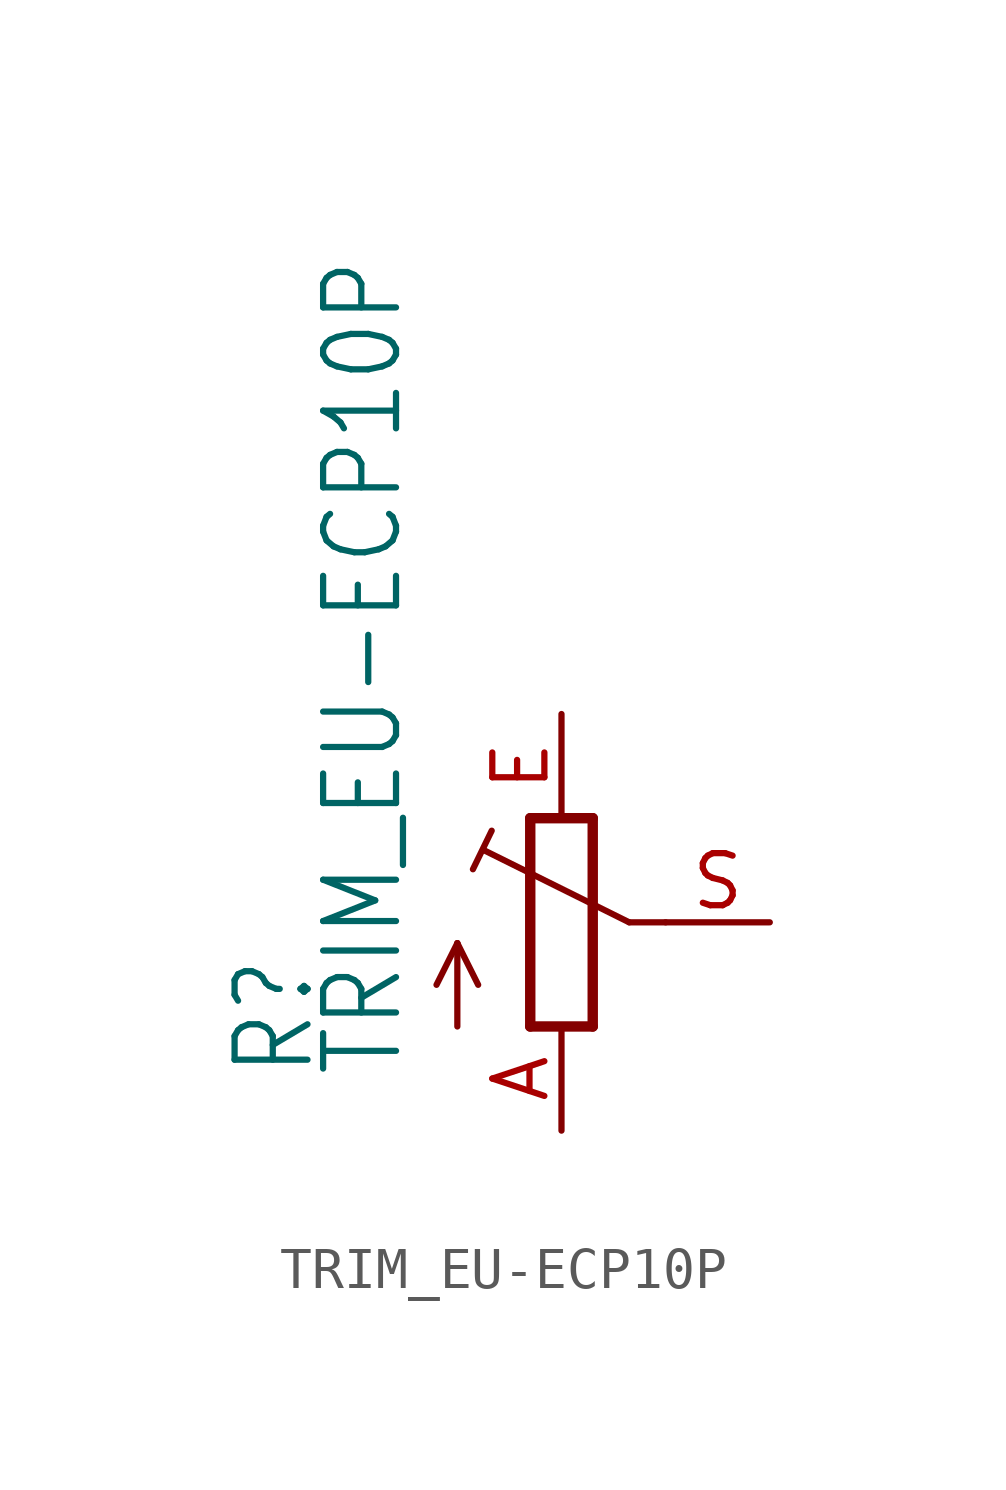
<source format=kicad_sym>
(kicad_symbol_lib
  (version 20211014)
  (generator kicad_symbol_editor)
  (symbol "TRIM_EU-ECP10P"
    (property "Reference" "R"
      (at -5.969 -3.81 90)
      (effects (font (size 1.778 1.511)) (justify left bottom)))
    (property "Value" "TRIM_EU-ECP10P"
      (at -3.81 -3.81 90)
      (effects (font (size 1.778 1.511)) (justify left bottom)))
    (property "ki_locked" ""
      (at 0 0 0)
      (effects (font (size 1.27 1.27))))
    (symbol "TRIM_EU-ECP10P_1_0"
      (polyline (pts (xy -2.54 -2.54) (xy -2.54 -0.508)) (stroke (width 0.152) (type default) (color 0 0 0 0)) (fill (type none)))
      (polyline (pts (xy -2.54 -0.508) (xy -3.048 -1.524)) (stroke (width 0.152) (type default) (color 0 0 0 0)) (fill (type none)))
      (polyline (pts (xy -2.54 -0.508) (xy -2.032 -1.524)) (stroke (width 0.152) (type default) (color 0 0 0 0)) (fill (type none)))
      (polyline (pts (xy -2.16 1.294) (xy -1.702 2.235)) (stroke (width 0.152) (type default) (color 0 0 0 0)) (fill (type none)))
      (polyline (pts (xy -0.762 -2.54) (xy 0.762 -2.54)) (stroke (width 0.254) (type default) (color 0 0 0 0)) (fill (type none)))
      (polyline (pts (xy -0.762 2.54) (xy -0.762 -2.54)) (stroke (width 0.254) (type default) (color 0 0 0 0)) (fill (type none)))
      (polyline (pts (xy 0.762 -2.54) (xy 0.762 2.54)) (stroke (width 0.254) (type default) (color 0 0 0 0)) (fill (type none)))
      (polyline (pts (xy 0.762 2.54) (xy -0.762 2.54)) (stroke (width 0.254) (type default) (color 0 0 0 0)) (fill (type none)))
      (polyline (pts (xy 1.651 0) (xy -1.88 1.753)) (stroke (width 0.152) (type default) (color 0 0 0 0)) (fill (type none)))
      (polyline (pts (xy 2.54 0) (xy 1.651 0)) (stroke (width 0.152) (type default) (color 0 0 0 0)) (fill (type none)))
      (pin passive line (at 0 -5.08 90) (length 2.54) (name "A" (effects (font (size 0 0)))) (number "A" (effects (font (size 1.27 1.27)))))
      (pin passive line (at 0 5.08 270) (length 2.54) (name "E" (effects (font (size 0 0)))) (number "E" (effects (font (size 1.27 1.27)))))
      (pin passive line (at 5.08 0 180) (length 2.54) (name "S" (effects (font (size 0 0)))) (number "S" (effects (font (size 1.27 1.27))))))))
</source>
